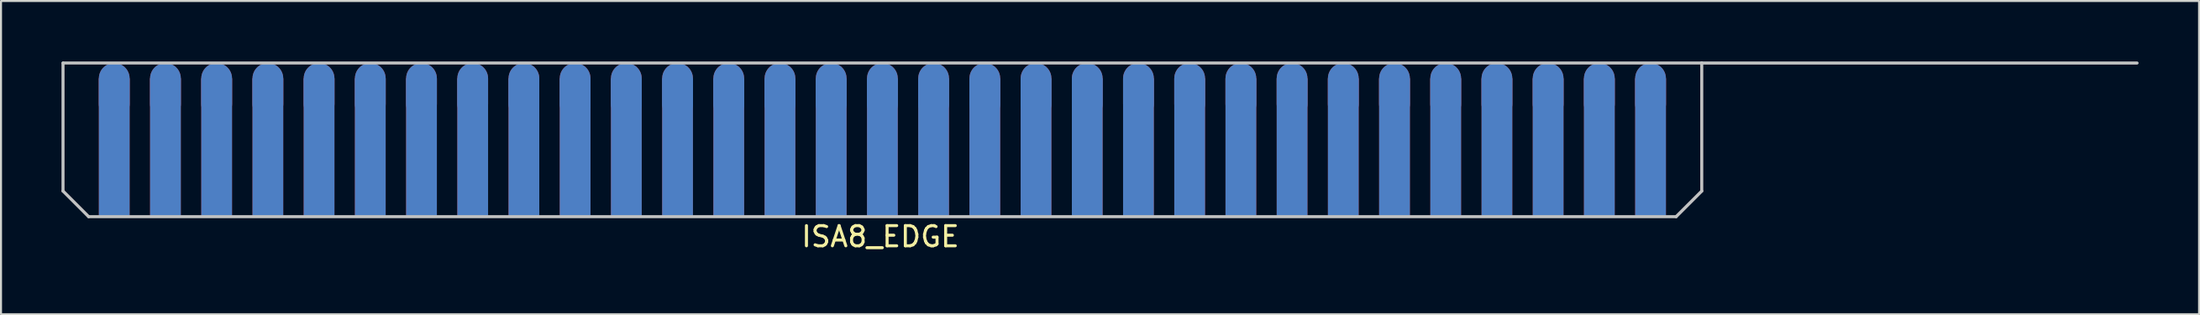
<source format=kicad_pcb>
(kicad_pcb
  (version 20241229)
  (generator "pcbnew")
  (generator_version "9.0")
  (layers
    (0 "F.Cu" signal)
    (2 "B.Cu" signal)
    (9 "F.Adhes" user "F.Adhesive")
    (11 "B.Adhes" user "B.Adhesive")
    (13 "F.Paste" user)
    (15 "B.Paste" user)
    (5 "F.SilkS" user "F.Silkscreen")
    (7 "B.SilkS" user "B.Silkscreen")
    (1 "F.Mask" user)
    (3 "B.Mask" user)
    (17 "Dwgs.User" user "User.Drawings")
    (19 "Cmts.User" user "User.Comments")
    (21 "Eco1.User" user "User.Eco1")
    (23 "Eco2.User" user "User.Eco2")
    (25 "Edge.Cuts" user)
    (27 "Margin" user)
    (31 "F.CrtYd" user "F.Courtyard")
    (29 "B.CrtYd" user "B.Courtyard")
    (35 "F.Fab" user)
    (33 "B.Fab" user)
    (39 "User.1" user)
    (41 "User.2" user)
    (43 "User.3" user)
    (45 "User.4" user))
  (footprint "ISA8_EDGE"
    (layer "F.Cu")
    (at 40.716 3.886)
    (property "Reference" "ISA8_EDGE" (at -0.1 4.8 0) (layer "F.SilkS") (effects (font (size 1 1) (thickness 0.15))))
    (attr through_hole)
    (fp_line (start -38.1 -3.048) (end -38.1 -1.778) (stroke (width 1.524) (type solid)) (layer "F.Cu"))
    (fp_line (start -35.56 -3.048) (end -35.56 -1.778) (stroke (width 1.524) (type solid)) (layer "F.Cu"))
    (fp_line (start -33.02 -3.048) (end -33.02 -1.778) (stroke (width 1.524) (type solid)) (layer "F.Cu"))
    (fp_line (start -30.48 -3.048) (end -30.48 -1.778) (stroke (width 1.524) (type solid)) (layer "F.Cu"))
    (fp_line (start -27.94 -3.048) (end -27.94 -1.778) (stroke (width 1.524) (type solid)) (layer "F.Cu"))
    (fp_line (start -25.4 -3.048) (end -25.4 -1.778) (stroke (width 1.524) (type solid)) (layer "F.Cu"))
    (fp_line (start -22.86 -3.048) (end -22.86 -1.778) (stroke (width 1.524) (type solid)) (layer "F.Cu"))
    (fp_line (start -20.32 -3.048) (end -20.32 -1.778) (stroke (width 1.524) (type solid)) (layer "F.Cu"))
    (fp_line (start -17.78 -3.048) (end -17.78 -1.778) (stroke (width 1.524) (type solid)) (layer "F.Cu"))
    (fp_line (start -15.24 -3.048) (end -15.24 -1.778) (stroke (width 1.524) (type solid)) (layer "F.Cu"))
    (fp_line (start -12.7 -3.048) (end -12.7 -1.778) (stroke (width 1.524) (type solid)) (layer "F.Cu"))
    (fp_line (start -10.16 -3.048) (end -10.16 -1.778) (stroke (width 1.524) (type solid)) (layer "F.Cu"))
    (fp_line (start -7.62 -3.048) (end -7.62 -1.778) (stroke (width 1.524) (type solid)) (layer "F.Cu"))
    (fp_line (start -5.08 -3.048) (end -5.08 -1.778) (stroke (width 1.524) (type solid)) (layer "F.Cu"))
    (fp_line (start -2.54 -3.048) (end -2.54 -1.778) (stroke (width 1.524) (type solid)) (layer "F.Cu"))
    (fp_line (start 0 -3.048) (end 0 -1.778) (stroke (width 1.524) (type solid)) (layer "F.Cu"))
    (fp_line (start 2.54 -3.048) (end 2.54 -1.778) (stroke (width 1.524) (type solid)) (layer "F.Cu"))
    (fp_line (start 5.08 -3.048) (end 5.08 -1.778) (stroke (width 1.524) (type solid)) (layer "F.Cu"))
    (fp_line (start 7.62 -3.048) (end 7.62 -1.778) (stroke (width 1.524) (type solid)) (layer "F.Cu"))
    (fp_line (start 10.16 -3.048) (end 10.16 -1.778) (stroke (width 1.524) (type solid)) (layer "F.Cu"))
    (fp_line (start 12.7 -3.048) (end 12.7 -1.778) (stroke (width 1.524) (type solid)) (layer "F.Cu"))
    (fp_line (start 15.24 -3.048) (end 15.24 -1.778) (stroke (width 1.524) (type solid)) (layer "F.Cu"))
    (fp_line (start 17.78 -3.048) (end 17.78 -1.778) (stroke (width 1.524) (type solid)) (layer "F.Cu"))
    (fp_line (start 20.32 -3.048) (end 20.32 -1.778) (stroke (width 1.524) (type solid)) (layer "F.Cu"))
    (fp_line (start 22.86 -3.048) (end 22.86 -1.778) (stroke (width 1.524) (type solid)) (layer "F.Cu"))
    (fp_line (start 25.4 -3.048) (end 25.4 -1.778) (stroke (width 1.524) (type solid)) (layer "F.Cu"))
    (fp_line (start 27.94 -3.048) (end 27.94 -1.778) (stroke (width 1.524) (type solid)) (layer "F.Cu"))
    (fp_line (start 30.48 -3.048) (end 30.48 -1.778) (stroke (width 1.524) (type solid)) (layer "F.Cu"))
    (fp_line (start 33.02 -3.048) (end 33.02 -1.778) (stroke (width 1.524) (type solid)) (layer "F.Cu"))
    (fp_line (start 35.56 -3.048) (end 35.56 -1.778) (stroke (width 1.524) (type solid)) (layer "F.Cu"))
    (fp_line (start 38.1 -3.048) (end 38.1 -1.778) (stroke (width 1.524) (type solid)) (layer "F.Cu"))
    (fp_line (start -38.1 -3.048) (end -38.1 -1.778) (stroke (width 1.524) (type solid)) (layer "B.Cu"))
    (fp_line (start -35.56 -3.048) (end -35.56 -1.778) (stroke (width 1.524) (type solid)) (layer "B.Cu"))
    (fp_line (start -33.02 -3.048) (end -33.02 -1.778) (stroke (width 1.524) (type solid)) (layer "B.Cu"))
    (fp_line (start -30.48 -3.048) (end -30.48 -1.778) (stroke (width 1.524) (type solid)) (layer "B.Cu"))
    (fp_line (start -27.94 -3.048) (end -27.94 -1.778) (stroke (width 1.524) (type solid)) (layer "B.Cu"))
    (fp_line (start -25.4 -3.048) (end -25.4 -1.778) (stroke (width 1.524) (type solid)) (layer "B.Cu"))
    (fp_line (start -22.86 -3.048) (end -22.86 -1.778) (stroke (width 1.524) (type solid)) (layer "B.Cu"))
    (fp_line (start -20.32 -3.048) (end -20.32 -1.778) (stroke (width 1.524) (type solid)) (layer "B.Cu"))
    (fp_line (start -17.78 -3.048) (end -17.78 -1.778) (stroke (width 1.524) (type solid)) (layer "B.Cu"))
    (fp_line (start -15.24 -3.048) (end -15.24 -1.778) (stroke (width 1.524) (type solid)) (layer "B.Cu"))
    (fp_line (start -12.7 -3.048) (end -12.7 -1.778) (stroke (width 1.524) (type solid)) (layer "B.Cu"))
    (fp_line (start -10.16 -3.048) (end -10.16 -1.778) (stroke (width 1.524) (type solid)) (layer "B.Cu"))
    (fp_line (start -7.62 -3.048) (end -7.62 -1.778) (stroke (width 1.524) (type solid)) (layer "B.Cu"))
    (fp_line (start -5.08 -3.048) (end -5.08 -1.778) (stroke (width 1.524) (type solid)) (layer "B.Cu"))
    (fp_line (start -2.54 -3.048) (end -2.54 -1.778) (stroke (width 1.524) (type solid)) (layer "B.Cu"))
    (fp_line (start 0 -3.048) (end 0 -1.778) (stroke (width 1.524) (type solid)) (layer "B.Cu"))
    (fp_line (start 2.54 -3.048) (end 2.54 -1.778) (stroke (width 1.524) (type solid)) (layer "B.Cu"))
    (fp_line (start 5.08 -3.048) (end 5.08 -1.778) (stroke (width 1.524) (type solid)) (layer "B.Cu"))
    (fp_line (start 7.62 -3.048) (end 7.62 -1.778) (stroke (width 1.524) (type solid)) (layer "B.Cu"))
    (fp_line (start 10.16 -3.048) (end 10.16 -1.778) (stroke (width 1.524) (type solid)) (layer "B.Cu"))
    (fp_line (start 12.7 -3.048) (end 12.7 -1.778) (stroke (width 1.524) (type solid)) (layer "B.Cu"))
    (fp_line (start 15.24 -3.048) (end 15.24 -1.778) (stroke (width 1.524) (type solid)) (layer "B.Cu"))
    (fp_line (start 17.78 -3.048) (end 17.78 -1.778) (stroke (width 1.524) (type solid)) (layer "B.Cu"))
    (fp_line (start 20.32 -3.048) (end 20.32 -1.778) (stroke (width 1.524) (type solid)) (layer "B.Cu"))
    (fp_line (start 22.86 -3.048) (end 22.86 -1.778) (stroke (width 1.524) (type solid)) (layer "B.Cu"))
    (fp_line (start 25.4 -3.048) (end 25.4 -1.778) (stroke (width 1.524) (type solid)) (layer "B.Cu"))
    (fp_line (start 27.94 -3.048) (end 27.94 -1.778) (stroke (width 1.524) (type solid)) (layer "B.Cu"))
    (fp_line (start 30.48 -3.048) (end 30.48 -1.778) (stroke (width 1.524) (type solid)) (layer "B.Cu"))
    (fp_line (start 33.02 -3.048) (end 33.02 -1.778) (stroke (width 1.524) (type solid)) (layer "B.Cu"))
    (fp_line (start 35.56 -3.048) (end 35.56 -1.778) (stroke (width 1.524) (type solid)) (layer "B.Cu"))
    (fp_line (start 38.1 -3.048) (end 38.1 -1.778) (stroke (width 1.524) (type solid)) (layer "B.Cu"))
    (fp_line (start -40.64 -3.81) (end 40.64 -3.81) (stroke (width 0.15) (type solid)) (layer "Dwgs.User"))
    (fp_line (start -40.64 2.54) (end -40.64 -3.81) (stroke (width 0.15) (type solid)) (layer "Dwgs.User"))
    (fp_line (start -39.37 3.81) (end -40.64 2.54) (stroke (width 0.152) (type solid)) (layer "Dwgs.User"))
    (fp_line (start 39.37 3.81) (end -39.37 3.81) (stroke (width 0.15) (type solid)) (layer "Dwgs.User"))
    (fp_line (start 40.64 -3.81) (end 40.64 2.54) (stroke (width 0.15) (type solid)) (layer "Dwgs.User"))
    (fp_line (start 40.64 2.54) (end 39.37 3.81) (stroke (width 0.152) (type solid)) (layer "Dwgs.User"))
    (fp_line (start 62.23 -3.81) (end 40.64 -3.81) (stroke (width 0.152) (type solid)) (layer "Dwgs.User"))
    (pad "1" connect rect (at 38.1 0.381) (size 1.524 6.858) (layers "B.Cu" "B.Mask"))
    (pad "2" connect rect (at 35.56 0.381) (size 1.524 6.858) (layers "B.Cu" "B.Mask"))
    (pad "3" connect rect (at 33.02 0.381) (size 1.524 6.858) (layers "B.Cu" "B.Mask"))
    (pad "4" connect rect (at 30.48 0.381) (size 1.524 6.858) (layers "B.Cu" "B.Mask"))
    (pad "5" connect rect (at 27.94 0.381) (size 1.524 6.858) (layers "B.Cu" "B.Mask"))
    (pad "6" connect rect (at 25.4 0.381) (size 1.524 6.858) (layers "B.Cu" "B.Mask"))
    (pad "7" connect rect (at 22.86 0.381) (size 1.524 6.858) (layers "B.Cu" "B.Mask"))
    (pad "8" connect rect (at 20.32 0.381) (size 1.524 6.858) (layers "B.Cu" "B.Mask"))
    (pad "9" connect rect (at 17.78 0.381) (size 1.524 6.858) (layers "B.Cu" "B.Mask"))
    (pad "10" connect rect (at 15.24 0.381) (size 1.524 6.858) (layers "B.Cu" "B.Mask"))
    (pad "11" connect rect (at 12.7 0.381) (size 1.524 6.858) (layers "B.Cu" "B.Mask"))
    (pad "12" connect rect (at 10.16 0.381) (size 1.524 6.858) (layers "B.Cu" "B.Mask"))
    (pad "13" connect rect (at 7.62 0.381) (size 1.524 6.858) (layers "B.Cu" "B.Mask"))
    (pad "14" connect rect (at 5.08 0.381) (size 1.524 6.858) (layers "B.Cu" "B.Mask"))
    (pad "15" connect rect (at 2.54 0.381) (size 1.524 6.858) (layers "B.Cu" "B.Mask"))
    (pad "16" connect rect (at 0 0.381) (size 1.524 6.858) (layers "B.Cu" "B.Mask"))
    (pad "17" connect rect (at -2.54 0.381) (size 1.524 6.858) (layers "B.Cu" "B.Mask"))
    (pad "18" connect rect (at -5.08 0.381) (size 1.524 6.858) (layers "B.Cu" "B.Mask"))
    (pad "19" connect rect (at -7.62 0.381) (size 1.524 6.858) (layers "B.Cu" "B.Mask"))
    (pad "20" connect rect (at -10.16 0.381) (size 1.524 6.858) (layers "B.Cu" "B.Mask"))
    (pad "21" connect rect (at -12.7 0.381) (size 1.524 6.858) (layers "B.Cu" "B.Mask"))
    (pad "22" connect rect (at -15.24 0.381) (size 1.524 6.858) (layers "B.Cu" "B.Mask"))
    (pad "23" connect rect (at -17.78 0.381) (size 1.524 6.858) (layers "B.Cu" "B.Mask"))
    (pad "24" connect rect (at -20.32 0.381) (size 1.524 6.858) (layers "B.Cu" "B.Mask"))
    (pad "25" connect rect (at -22.86 0.381) (size 1.524 6.858) (layers "B.Cu" "B.Mask"))
    (pad "26" connect rect (at -25.4 0.381) (size 1.524 6.858) (layers "B.Cu" "B.Mask"))
    (pad "27" connect rect (at -27.94 0.381) (size 1.524 6.858) (layers "B.Cu" "B.Mask"))
    (pad "28" connect rect (at -30.48 0.381) (size 1.524 6.858) (layers "B.Cu" "B.Mask"))
    (pad "29" connect rect (at -33.02 0.381) (size 1.524 6.858) (layers "B.Cu" "B.Mask"))
    (pad "30" connect rect (at -35.56 0.381) (size 1.524 6.858) (layers "B.Cu" "B.Mask"))
    (pad "31" connect rect (at -38.1 0.381) (size 1.524 6.858) (layers "B.Cu" "B.Mask"))
    (pad "32" connect rect (at 38.1 0.381) (size 1.524 6.858) (layers "F.Cu" "F.Mask"))
    (pad "33" connect rect (at 35.56 0.381) (size 1.524 6.858) (layers "F.Cu" "F.Mask"))
    (pad "34" connect rect (at 33.02 0.381) (size 1.524 6.858) (layers "F.Cu" "F.Mask"))
    (pad "35" connect rect (at 30.48 0.381) (size 1.524 6.858) (layers "F.Cu" "F.Mask"))
    (pad "36" connect rect (at 27.94 0.381) (size 1.524 6.858) (layers "F.Cu" "F.Mask"))
    (pad "37" connect rect (at 25.4 0.381) (size 1.524 6.858) (layers "F.Cu" "F.Mask"))
    (pad "38" connect rect (at 22.86 0.381) (size 1.524 6.858) (layers "F.Cu" "F.Mask"))
    (pad "39" connect rect (at 20.32 0.381) (size 1.524 6.858) (layers "F.Cu" "F.Mask"))
    (pad "40" connect rect (at 17.78 0.381) (size 1.524 6.858) (layers "F.Cu" "F.Mask"))
    (pad "41" connect rect (at 15.24 0.381) (size 1.524 6.858) (layers "F.Cu" "F.Mask"))
    (pad "42" connect rect (at 12.7 0.381) (size 1.524 6.858) (layers "F.Cu" "F.Mask"))
    (pad "43" connect rect (at 10.16 0.381) (size 1.524 6.858) (layers "F.Cu" "F.Mask"))
    (pad "44" connect rect (at 7.62 0.381) (size 1.524 6.858) (layers "F.Cu" "F.Mask"))
    (pad "45" connect rect (at 5.08 0.381) (size 1.524 6.858) (layers "F.Cu" "F.Mask"))
    (pad "46" connect rect (at 2.54 0.381) (size 1.524 6.858) (layers "F.Cu" "F.Mask"))
    (pad "47" connect rect (at 0 0.381) (size 1.524 6.858) (layers "F.Cu" "F.Mask"))
    (pad "48" connect rect (at -2.54 0.381) (size 1.524 6.858) (layers "F.Cu" "F.Mask"))
    (pad "49" connect rect (at -5.08 0.381) (size 1.524 6.858) (layers "F.Cu" "F.Mask"))
    (pad "50" connect rect (at -7.62 0.381) (size 1.524 6.858) (layers "F.Cu" "F.Mask"))
    (pad "51" connect rect (at -10.16 0.381) (size 1.524 6.858) (layers "F.Cu" "F.Mask"))
    (pad "52" connect rect (at -12.7 0.381) (size 1.524 6.858) (layers "F.Cu" "F.Mask"))
    (pad "53" connect rect (at -15.24 0.381) (size 1.524 6.858) (layers "F.Cu" "F.Mask"))
    (pad "54" connect rect (at -17.78 0.381) (size 1.524 6.858) (layers "F.Cu" "F.Mask"))
    (pad "55" connect rect (at -20.32 0.381) (size 1.524 6.858) (layers "F.Cu" "F.Mask"))
    (pad "56" connect rect (at -22.86 0.381) (size 1.524 6.858) (layers "F.Cu" "F.Mask"))
    (pad "57" connect rect (at -25.4 0.381) (size 1.524 6.858) (layers "F.Cu" "F.Mask"))
    (pad "58" connect rect (at -27.94 0.381) (size 1.524 6.858) (layers "F.Cu" "F.Mask"))
    (pad "59" connect rect (at -30.48 0.381) (size 1.524 6.858) (layers "F.Cu" "F.Mask"))
    (pad "60" connect rect (at -33.02 0.381) (size 1.524 6.858) (layers "F.Cu" "F.Mask"))
    (pad "61" connect rect (at -35.56 0.381) (size 1.524 6.858) (layers "F.Cu" "F.Mask"))
    (pad "62" connect rect (at -38.1 0.381) (size 1.524 6.858) (layers "F.Cu" "F.Mask")))
  (gr_rect
    (start -3 -3)
    (end 106.022 12.534)
    (stroke (width 0.1) (type default))
    (fill no)
    (layer "Edge.Cuts")))
</source>
